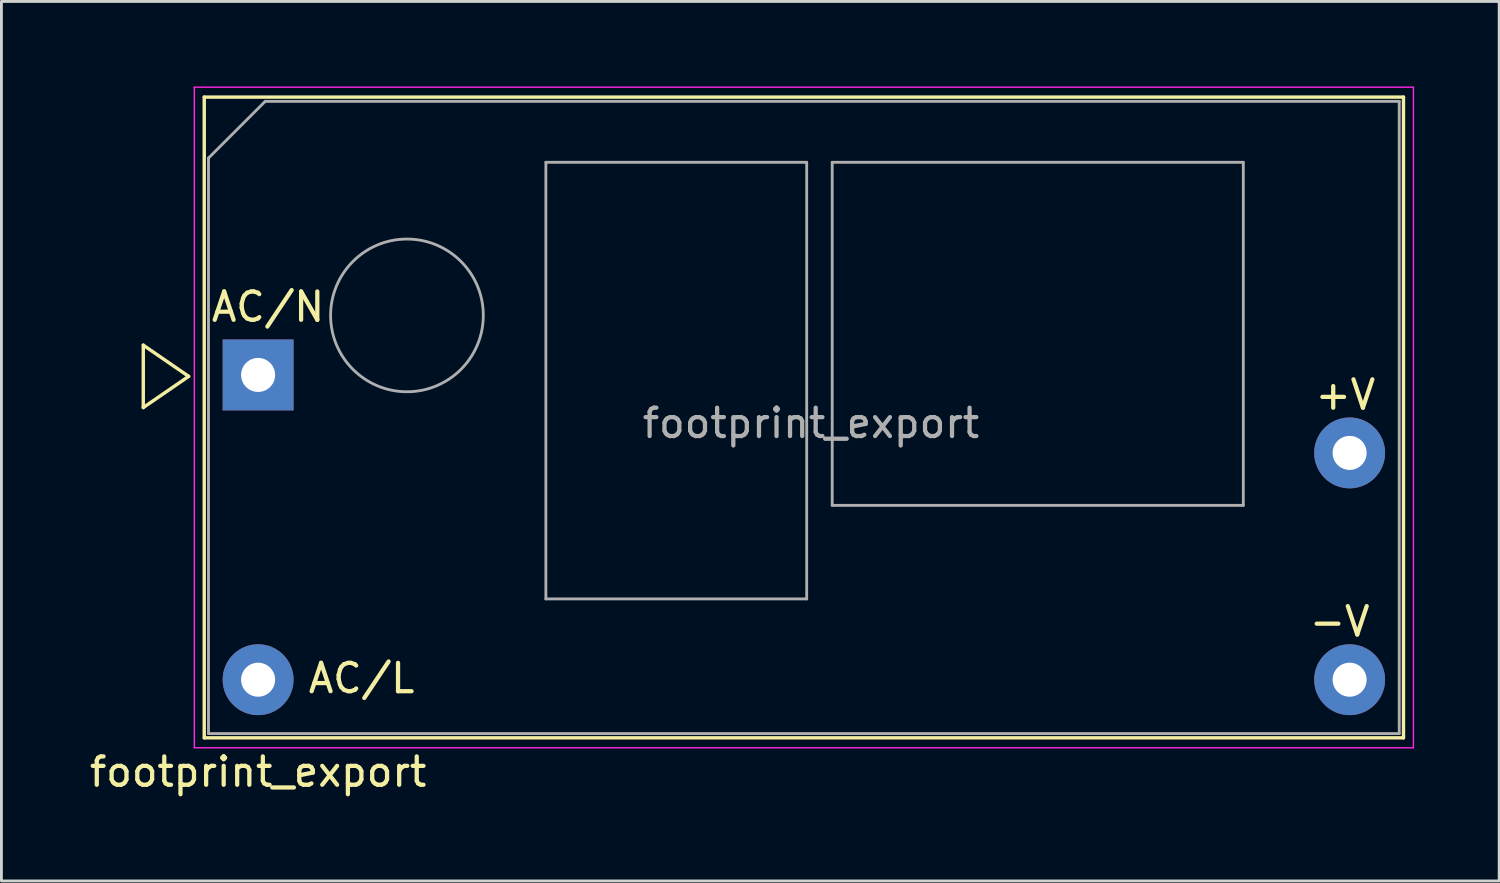
<source format=kicad_pcb>
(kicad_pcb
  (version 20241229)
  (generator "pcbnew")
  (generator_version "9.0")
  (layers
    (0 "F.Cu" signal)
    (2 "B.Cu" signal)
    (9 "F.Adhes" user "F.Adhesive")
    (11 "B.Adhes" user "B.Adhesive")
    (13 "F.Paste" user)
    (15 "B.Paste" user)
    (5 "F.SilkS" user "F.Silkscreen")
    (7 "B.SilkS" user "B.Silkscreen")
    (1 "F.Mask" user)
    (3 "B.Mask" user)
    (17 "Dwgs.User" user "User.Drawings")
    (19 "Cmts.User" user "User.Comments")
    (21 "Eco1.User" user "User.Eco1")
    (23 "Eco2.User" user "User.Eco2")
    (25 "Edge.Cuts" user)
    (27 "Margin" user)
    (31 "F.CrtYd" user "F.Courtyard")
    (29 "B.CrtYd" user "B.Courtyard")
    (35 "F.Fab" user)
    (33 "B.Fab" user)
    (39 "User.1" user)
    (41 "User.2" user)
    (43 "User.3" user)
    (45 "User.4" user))
  (footprint "footprint_export"
    (layer "F.Cu")
    (at 6.054 10.175)
    (property "Reference" "footprint_export" (at 0 14 0) (layer "F.SilkS") (effects (font (size 1 1) (thickness 0.15))))
    (attr through_hole)
    (fp_line (start -4.05 1.15) (end -4.05 -1.05) (stroke (width 0.12) (type default)) (layer "F.SilkS"))
    (fp_line (start -2.45 0.05) (end -4.05 -1.05) (stroke (width 0.12) (type default)) (layer "F.SilkS"))
    (fp_line (start -2.45 0.05) (end -4.05 1.15) (stroke (width 0.12) (type default)) (layer "F.SilkS"))
    (fp_line (start -1.9 -9.8) (end -1.9 12.8) (stroke (width 0.12) (type solid)) (layer "F.SilkS"))
    (fp_line (start -1.9 12.8) (end 40.4 12.8) (stroke (width 0.12) (type solid)) (layer "F.SilkS"))
    (fp_line (start 40.4 -9.8) (end -1.9 -9.8) (stroke (width 0.12) (type solid)) (layer "F.SilkS"))
    (fp_line (start 40.4 12.8) (end 40.4 -9.8) (stroke (width 0.12) (type solid)) (layer "F.SilkS"))
    (fp_line (start -2.25 -10.15) (end -2.25 13.15) (stroke (width 0.05) (type solid)) (layer "F.CrtYd"))
    (fp_line (start -2.25 13.15) (end 40.75 13.15) (stroke (width 0.05) (type solid)) (layer "F.CrtYd"))
    (fp_line (start 40.75 -10.15) (end -2.25 -10.15) (stroke (width 0.05) (type solid)) (layer "F.CrtYd"))
    (fp_line (start 40.75 13.15) (end 40.75 -10.15) (stroke (width 0.05) (type solid)) (layer "F.CrtYd"))
    (fp_line (start -1.75 -7.65) (end -1.75 12.65) (stroke (width 0.1) (type solid)) (layer "F.Fab"))
    (fp_line (start -1.75 12.65) (end 40.25 12.65) (stroke (width 0.1) (type solid)) (layer "F.Fab"))
    (fp_line (start 0.25 -9.65) (end -1.75 -7.65) (stroke (width 0.1) (type default)) (layer "F.Fab"))
    (fp_line (start 10.15 -7.5) (end 19.35 -7.5) (stroke (width 0.1) (type solid)) (layer "F.Fab"))
    (fp_line (start 10.15 7.9) (end 10.15 -7.5) (stroke (width 0.1) (type solid)) (layer "F.Fab"))
    (fp_line (start 19.35 -7.5) (end 19.35 7.9) (stroke (width 0.1) (type solid)) (layer "F.Fab"))
    (fp_line (start 19.35 7.9) (end 10.15 7.9) (stroke (width 0.1) (type solid)) (layer "F.Fab"))
    (fp_line (start 20.25 -7.5) (end 34.75 -7.5) (stroke (width 0.1) (type solid)) (layer "F.Fab"))
    (fp_line (start 20.25 4.6) (end 20.25 -7.5) (stroke (width 0.1) (type solid)) (layer "F.Fab"))
    (fp_line (start 34.75 -7.5) (end 34.75 4.6) (stroke (width 0.1) (type solid)) (layer "F.Fab"))
    (fp_line (start 34.75 4.6) (end 20.25 4.6) (stroke (width 0.1) (type solid)) (layer "F.Fab"))
    (fp_line (start 40.25 -9.65) (end 0.25 -9.65) (stroke (width 0.1) (type solid)) (layer "F.Fab"))
    (fp_line (start 40.25 12.65) (end 40.25 -9.65) (stroke (width 0.1) (type solid)) (layer "F.Fab"))
    (fp_circle (center 5.25 -2.1) (end 7.943 -2.1) (stroke (width 0.1) (type solid)) (fill no) (layer "F.Fab"))
    (fp_text user "+V" (at 38.35 0.7 0) (layer "F.SilkS") (effects (font (size 1 1) (thickness 0.15))))
    (fp_text user "AC/L" (at 3.65 10.7 0) (layer "F.SilkS") (effects (font (size 1 1) (thickness 0.15))))
    (fp_text user "AC/N" (at 0.35 -2.4 0) (layer "F.SilkS") (effects (font (size 1 1) (thickness 0.15))))
    (fp_text user "-V" (at 38.15 8.7 0) (layer "F.SilkS") (effects (font (size 1 1) (thickness 0.15))))
    (fp_text user "${REFERENCE}" (at 19.5 1.7 180) (layer "F.Fab") (effects (font (size 1 1) (thickness 0.15))))
    (pad "1" thru_hole rect (at 0 0) (size 2.5 2.5) (drill 1.2) (layers "*.Cu" "*.Mask"))
    (pad "2" thru_hole circle (at 0 10.75) (size 2.5 2.5) (drill 1.2) (layers "*.Cu" "*.Mask"))
    (pad "3" thru_hole circle (at 38.5 10.75) (size 2.5 2.5) (drill 1.2) (layers "*.Cu" "*.Mask"))
    (pad "4" thru_hole circle (at 38.5 2.75) (size 2.5 2.5) (drill 1.2) (layers "*.Cu" "*.Mask")))
  (gr_rect
    (start -3 -3)
    (end 49.829 28.023)
    (stroke (width 0.1) (type default))
    (fill no)
    (layer "Edge.Cuts")))
</source>
